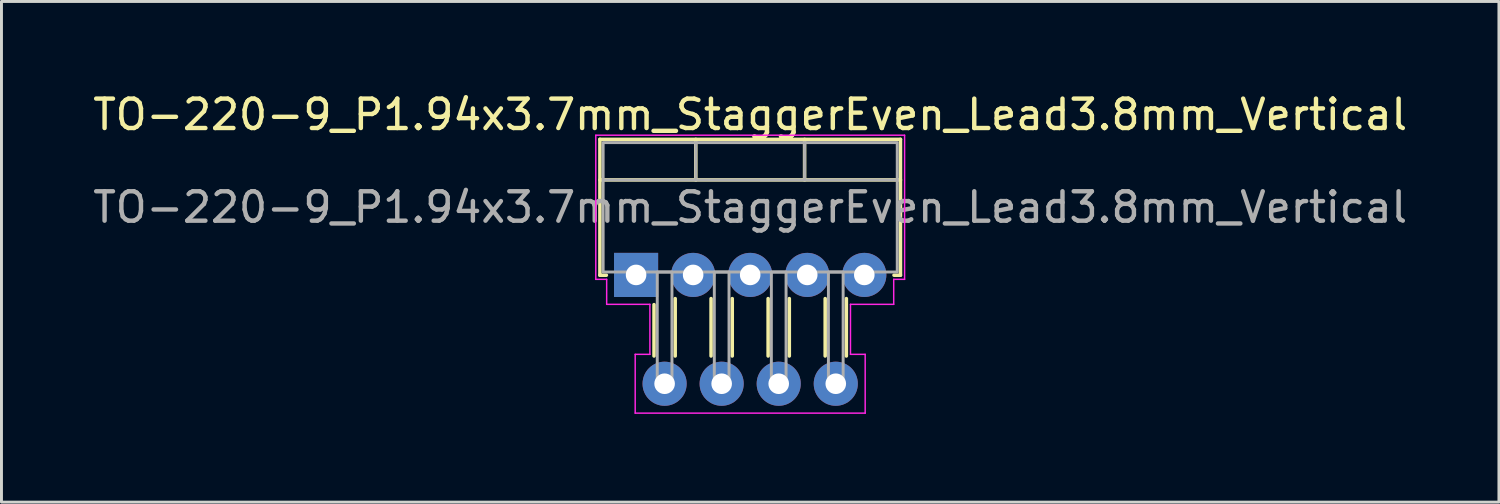
<source format=kicad_pcb>
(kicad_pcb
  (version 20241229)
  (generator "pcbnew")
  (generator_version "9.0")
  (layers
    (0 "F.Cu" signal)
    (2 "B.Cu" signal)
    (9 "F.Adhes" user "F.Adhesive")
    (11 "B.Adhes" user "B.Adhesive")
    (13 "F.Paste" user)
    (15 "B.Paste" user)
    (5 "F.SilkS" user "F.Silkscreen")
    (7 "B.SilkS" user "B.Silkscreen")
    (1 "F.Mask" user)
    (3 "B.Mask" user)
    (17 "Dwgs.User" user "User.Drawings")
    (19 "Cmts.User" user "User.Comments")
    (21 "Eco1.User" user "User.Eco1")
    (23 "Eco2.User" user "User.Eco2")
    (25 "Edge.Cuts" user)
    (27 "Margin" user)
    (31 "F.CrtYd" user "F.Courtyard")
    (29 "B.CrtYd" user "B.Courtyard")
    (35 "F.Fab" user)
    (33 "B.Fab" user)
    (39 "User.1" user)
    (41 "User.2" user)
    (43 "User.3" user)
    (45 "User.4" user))
  (footprint "TO-220-9_P1.94x3.7mm_StaggerEven_Lead3.8mm_Vertical"
    (layer "F.Cu")
    (at 18.578 6.298)
    (property "Reference" "TO-220-9_P1.94x3.7mm_StaggerEven_Lead3.8mm_Vertical" (at 3.88 -5.45 0) (layer "F.SilkS") (effects (font (size 1 1) (thickness 0.15))))
    (attr through_hole)
    (fp_line (start -1.23 -4.61) (end 8.99 -4.61) (stroke (width 0.12) (type solid)) (layer "F.SilkS"))
    (fp_line (start -1.23 -3.23) (end 8.99 -3.23) (stroke (width 0.12) (type solid)) (layer "F.SilkS"))
    (fp_line (start -1.23 0.01) (end -1.23 -4.61) (stroke (width 0.12) (type solid)) (layer "F.SilkS"))
    (fp_line (start -1.01 0.01) (end -1.23 0.01) (stroke (width 0.12) (type solid)) (layer "F.SilkS"))
    (fp_line (start 0.61 1.01) (end 0.61 2.756) (stroke (width 0.12) (type solid)) (layer "F.SilkS"))
    (fp_line (start 1.33 0.805) (end 1.33 2.756) (stroke (width 0.12) (type solid)) (layer "F.SilkS"))
    (fp_line (start 2.03 -4.61) (end 2.03 -3.23) (stroke (width 0.12) (type solid)) (layer "F.SilkS"))
    (fp_line (start 2.55 0.805) (end 2.55 2.756) (stroke (width 0.12) (type solid)) (layer "F.SilkS"))
    (fp_line (start 3.27 0.805) (end 3.27 2.756) (stroke (width 0.12) (type solid)) (layer "F.SilkS"))
    (fp_line (start 4.49 0.805) (end 4.49 2.756) (stroke (width 0.12) (type solid)) (layer "F.SilkS"))
    (fp_line (start 5.21 0.805) (end 5.21 2.756) (stroke (width 0.12) (type solid)) (layer "F.SilkS"))
    (fp_line (start 5.73 -4.61) (end 5.73 -3.23) (stroke (width 0.12) (type solid)) (layer "F.SilkS"))
    (fp_line (start 6.43 0.805) (end 6.43 2.756) (stroke (width 0.12) (type solid)) (layer "F.SilkS"))
    (fp_line (start 7.15 0.805) (end 7.15 2.756) (stroke (width 0.12) (type solid)) (layer "F.SilkS"))
    (fp_line (start 8.99 -4.61) (end 8.99 0.01) (stroke (width 0.12) (type solid)) (layer "F.SilkS"))
    (fp_line (start 8.99 0.01) (end 8.77 0.01) (stroke (width 0.12) (type solid)) (layer "F.SilkS"))
    (fp_line (start -1.37 -4.75) (end 9.13 -4.75) (stroke (width 0.05) (type solid)) (layer "F.CrtYd"))
    (fp_line (start -1.37 0.15) (end -1.37 -4.75) (stroke (width 0.05) (type solid)) (layer "F.CrtYd"))
    (fp_line (start -1 0.15) (end -1.37 0.15) (stroke (width 0.05) (type solid)) (layer "F.CrtYd"))
    (fp_line (start -1 1) (end -1 0.15) (stroke (width 0.05) (type solid)) (layer "F.CrtYd"))
    (fp_line (start -0.03 2.7) (end 0.47 2.7) (stroke (width 0.05) (type solid)) (layer "F.CrtYd"))
    (fp_line (start -0.03 4.7) (end -0.03 2.7) (stroke (width 0.05) (type solid)) (layer "F.CrtYd"))
    (fp_line (start 0.47 1) (end -1 1) (stroke (width 0.05) (type solid)) (layer "F.CrtYd"))
    (fp_line (start 0.47 2.7) (end 0.47 1) (stroke (width 0.05) (type solid)) (layer "F.CrtYd"))
    (fp_line (start 7.29 1) (end 7.29 2.7) (stroke (width 0.05) (type solid)) (layer "F.CrtYd"))
    (fp_line (start 7.29 2.7) (end 7.79 2.7) (stroke (width 0.05) (type solid)) (layer "F.CrtYd"))
    (fp_line (start 7.79 2.7) (end 7.79 4.7) (stroke (width 0.05) (type solid)) (layer "F.CrtYd"))
    (fp_line (start 7.79 4.7) (end -0.03 4.7) (stroke (width 0.05) (type solid)) (layer "F.CrtYd"))
    (fp_line (start 8.76 0.15) (end 8.76 1) (stroke (width 0.05) (type solid)) (layer "F.CrtYd"))
    (fp_line (start 8.76 1) (end 7.29 1) (stroke (width 0.05) (type solid)) (layer "F.CrtYd"))
    (fp_line (start 9.13 -4.75) (end 9.13 0.15) (stroke (width 0.05) (type solid)) (layer "F.CrtYd"))
    (fp_line (start 9.13 0.15) (end 8.76 0.15) (stroke (width 0.05) (type solid)) (layer "F.CrtYd"))
    (fp_line (start -1.12 -3.23) (end 8.88 -3.23) (stroke (width 0.1) (type solid)) (layer "F.Fab"))
    (fp_line (start 2.03 -4.5) (end 2.03 -3.23) (stroke (width 0.1) (type solid)) (layer "F.Fab"))
    (fp_line (start 5.73 -4.5) (end 5.73 -3.23) (stroke (width 0.1) (type solid)) (layer "F.Fab"))
    (fp_rect (start -1.12 -4.5) (end 8.88 -0.1) (stroke (width 0.1) (type solid)) (fill no) (layer "F.Fab"))
    (fp_rect (start -0.25 -0.1) (end 0.25 0) (stroke (width 0.1) (type solid)) (fill no) (layer "F.Fab"))
    (fp_rect (start 0.72 -0.1) (end 1.22 3.7) (stroke (width 0.1) (type solid)) (fill no) (layer "F.Fab"))
    (fp_rect (start 1.69 -0.1) (end 2.19 0) (stroke (width 0.1) (type solid)) (fill no) (layer "F.Fab"))
    (fp_rect (start 2.66 -0.1) (end 3.16 3.7) (stroke (width 0.1) (type solid)) (fill no) (layer "F.Fab"))
    (fp_rect (start 3.63 -0.1) (end 4.13 0) (stroke (width 0.1) (type solid)) (fill no) (layer "F.Fab"))
    (fp_rect (start 4.6 -0.1) (end 5.1 3.7) (stroke (width 0.1) (type solid)) (fill no) (layer "F.Fab"))
    (fp_rect (start 5.57 -0.1) (end 6.07 0) (stroke (width 0.1) (type solid)) (fill no) (layer "F.Fab"))
    (fp_rect (start 6.54 -0.1) (end 7.04 3.7) (stroke (width 0.1) (type solid)) (fill no) (layer "F.Fab"))
    (fp_rect (start 7.51 -0.1) (end 8.01 0) (stroke (width 0.1) (type solid)) (fill no) (layer "F.Fab"))
    (fp_text user "${REFERENCE}" (at 3.88 -2.3 0) (layer "F.Fab") (effects (font (size 1 1) (thickness 0.15))))
    (pad "1" thru_hole rect (at 0 0) (size 1.5 1.5) (drill 0.7) (layers "*.Cu" "*.Mask"))
    (pad "2" thru_hole circle (at 0.97 3.7) (size 1.5 1.5) (drill 0.7) (layers "*.Cu" "*.Mask"))
    (pad "3" thru_hole circle (at 1.94 0) (size 1.5 1.5) (drill 0.7) (layers "*.Cu" "*.Mask"))
    (pad "4" thru_hole circle (at 2.91 3.7) (size 1.5 1.5) (drill 0.7) (layers "*.Cu" "*.Mask"))
    (pad "5" thru_hole circle (at 3.88 0) (size 1.5 1.5) (drill 0.7) (layers "*.Cu" "*.Mask"))
    (pad "6" thru_hole circle (at 4.85 3.7) (size 1.5 1.5) (drill 0.7) (layers "*.Cu" "*.Mask"))
    (pad "7" thru_hole circle (at 5.82 0) (size 1.5 1.5) (drill 0.7) (layers "*.Cu" "*.Mask"))
    (pad "8" thru_hole circle (at 6.79 3.7) (size 1.5 1.5) (drill 0.7) (layers "*.Cu" "*.Mask"))
    (pad "9" thru_hole circle (at 7.76 0) (size 1.5 1.5) (drill 0.7) (layers "*.Cu" "*.Mask")))
  (gr_rect
    (start -3 -3)
    (end 47.917 14.023)
    (stroke (width 0.1) (type default))
    (fill no)
    (layer "Edge.Cuts")))
</source>
